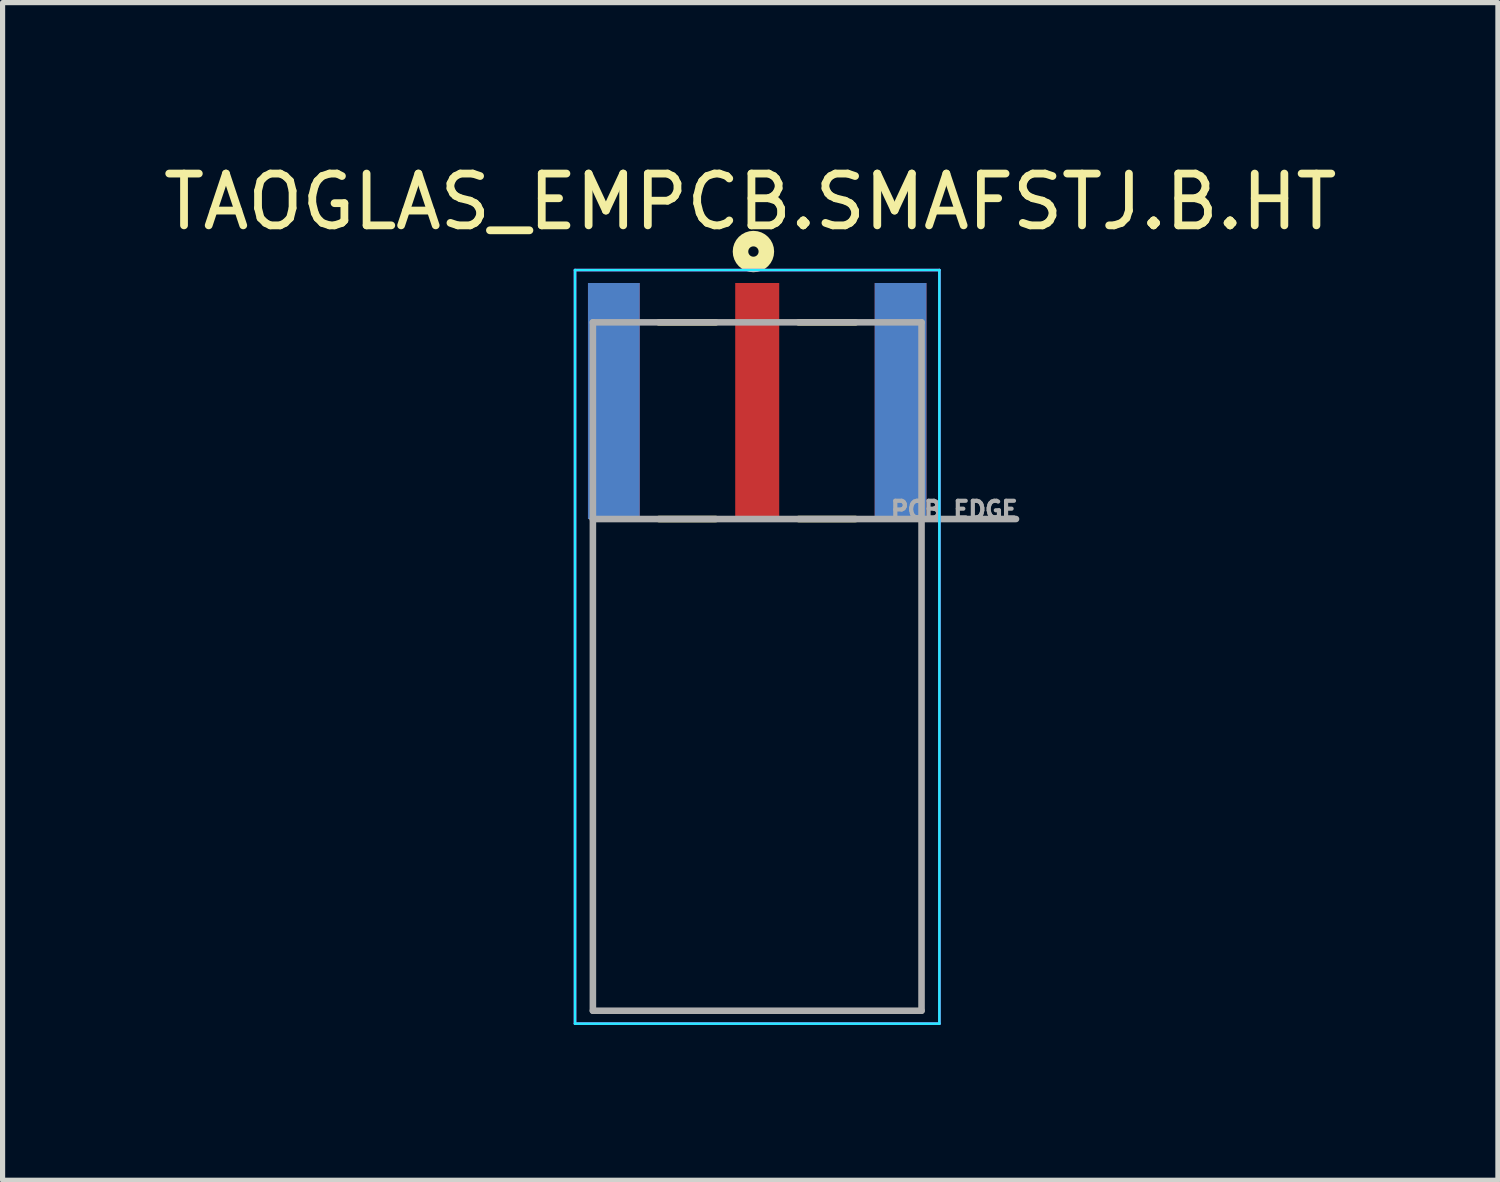
<source format=kicad_pcb>
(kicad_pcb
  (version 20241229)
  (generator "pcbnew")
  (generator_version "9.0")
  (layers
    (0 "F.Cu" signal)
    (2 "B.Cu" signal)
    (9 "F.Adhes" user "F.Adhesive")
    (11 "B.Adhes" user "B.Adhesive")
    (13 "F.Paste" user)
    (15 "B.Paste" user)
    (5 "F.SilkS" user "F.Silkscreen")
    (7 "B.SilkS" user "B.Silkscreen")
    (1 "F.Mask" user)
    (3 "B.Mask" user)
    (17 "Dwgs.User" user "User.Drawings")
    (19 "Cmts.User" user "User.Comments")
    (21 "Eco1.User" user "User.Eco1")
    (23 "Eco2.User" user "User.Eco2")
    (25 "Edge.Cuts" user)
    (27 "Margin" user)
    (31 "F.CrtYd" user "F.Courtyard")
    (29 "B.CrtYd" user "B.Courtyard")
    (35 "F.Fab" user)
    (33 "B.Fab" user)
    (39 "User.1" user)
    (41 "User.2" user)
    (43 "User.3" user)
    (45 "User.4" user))
  (footprint "TAOGLAS_EMPCB.SMAFSTJ.B.HT"
    (layer "F.Cu")
    (at 11.58 4.698)
    (property "Reference" "TAOGLAS_EMPCB.SMAFSTJ.B.HT" (at -0.135 -3.849 0) (layer "F.SilkS") (effects (font (size 1.001 1.001) (thickness 0.15))))
    (attr smd)
    (fp_line (start -1.9 -1.52) (end -0.8 -1.52) (stroke (width 0.127) (type solid)) (layer "F.SilkS"))
    (fp_line (start -1.9 2.28) (end -0.8 2.28) (stroke (width 0.127) (type solid)) (layer "F.SilkS"))
    (fp_line (start 0.8 -1.52) (end 1.9 -1.52) (stroke (width 0.127) (type solid)) (layer "F.SilkS"))
    (fp_line (start 0.8 2.28) (end 1.9 2.28) (stroke (width 0.127) (type solid)) (layer "F.SilkS"))
    (fp_circle (center -0.073 -2.888) (end 0.027 -2.888) (stroke (width 0.3) (type solid)) (fill no) (layer "F.SilkS"))
    (fp_line (start -3.52 -2.53) (end 3.52 -2.53) (stroke (width 0.05) (type solid)) (layer "B.CrtYd"))
    (fp_line (start -3.52 12.03) (end -3.52 -2.53) (stroke (width 0.05) (type solid)) (layer "B.CrtYd"))
    (fp_line (start 3.52 -2.53) (end 3.52 12.03) (stroke (width 0.05) (type solid)) (layer "B.CrtYd"))
    (fp_line (start 3.52 12.03) (end -3.52 12.03) (stroke (width 0.05) (type solid)) (layer "B.CrtYd"))
    (fp_line (start -3.52 -2.53) (end 3.52 -2.53) (stroke (width 0.05) (type solid)) (layer "F.CrtYd"))
    (fp_line (start -3.52 12.03) (end -3.52 -2.53) (stroke (width 0.05) (type solid)) (layer "F.CrtYd"))
    (fp_line (start 3.52 -2.53) (end 3.52 12.03) (stroke (width 0.05) (type solid)) (layer "F.CrtYd"))
    (fp_line (start 3.52 12.03) (end -3.52 12.03) (stroke (width 0.05) (type solid)) (layer "F.CrtYd"))
    (fp_line (start -3.175 -1.52) (end 3.175 -1.52) (stroke (width 0.127) (type solid)) (layer "F.Fab"))
    (fp_line (start -3.175 2.28) (end -3.175 -1.52) (stroke (width 0.127) (type solid)) (layer "F.Fab"))
    (fp_line (start -3.175 2.28) (end 5 2.28) (stroke (width 0.127) (type solid)) (layer "F.Fab"))
    (fp_line (start -3.175 11.78) (end -3.175 2.28) (stroke (width 0.127) (type solid)) (layer "F.Fab"))
    (fp_line (start 3.175 -1.52) (end 3.175 11.78) (stroke (width 0.127) (type solid)) (layer "F.Fab"))
    (fp_line (start 3.175 11.78) (end -3.175 11.78) (stroke (width 0.127) (type solid)) (layer "F.Fab"))
    (fp_text user "PCB EDGE" (at 3.807 2.104 0) (layer "F.Fab") (effects (font (size 0.321 0.321) (thickness 0.15))))
    (pad "1" smd rect (at 0 0) (size 0.85 4.56) (layers "F.Cu" "F.Mask" "F.Paste"))
    (pad "SH1" smd rect (at -2.77 0) (size 1 4.56) (layers "F.Cu" "F.Mask" "F.Paste"))
    (pad "SH2" smd rect (at 2.77 0) (size 1 4.56) (layers "F.Cu" "F.Mask" "F.Paste"))
    (pad "SH3" smd rect (at -2.77 0) (size 1 4.56) (layers "B.Cu" "B.Mask" "B.Paste"))
    (pad "SH4" smd rect (at 2.77 0) (size 1 4.56) (layers "B.Cu" "B.Mask" "B.Paste")))
  (gr_rect
    (start -3 -3)
    (end 25.891 19.753)
    (stroke (width 0.1) (type default))
    (fill no)
    (layer "Edge.Cuts")))
</source>
